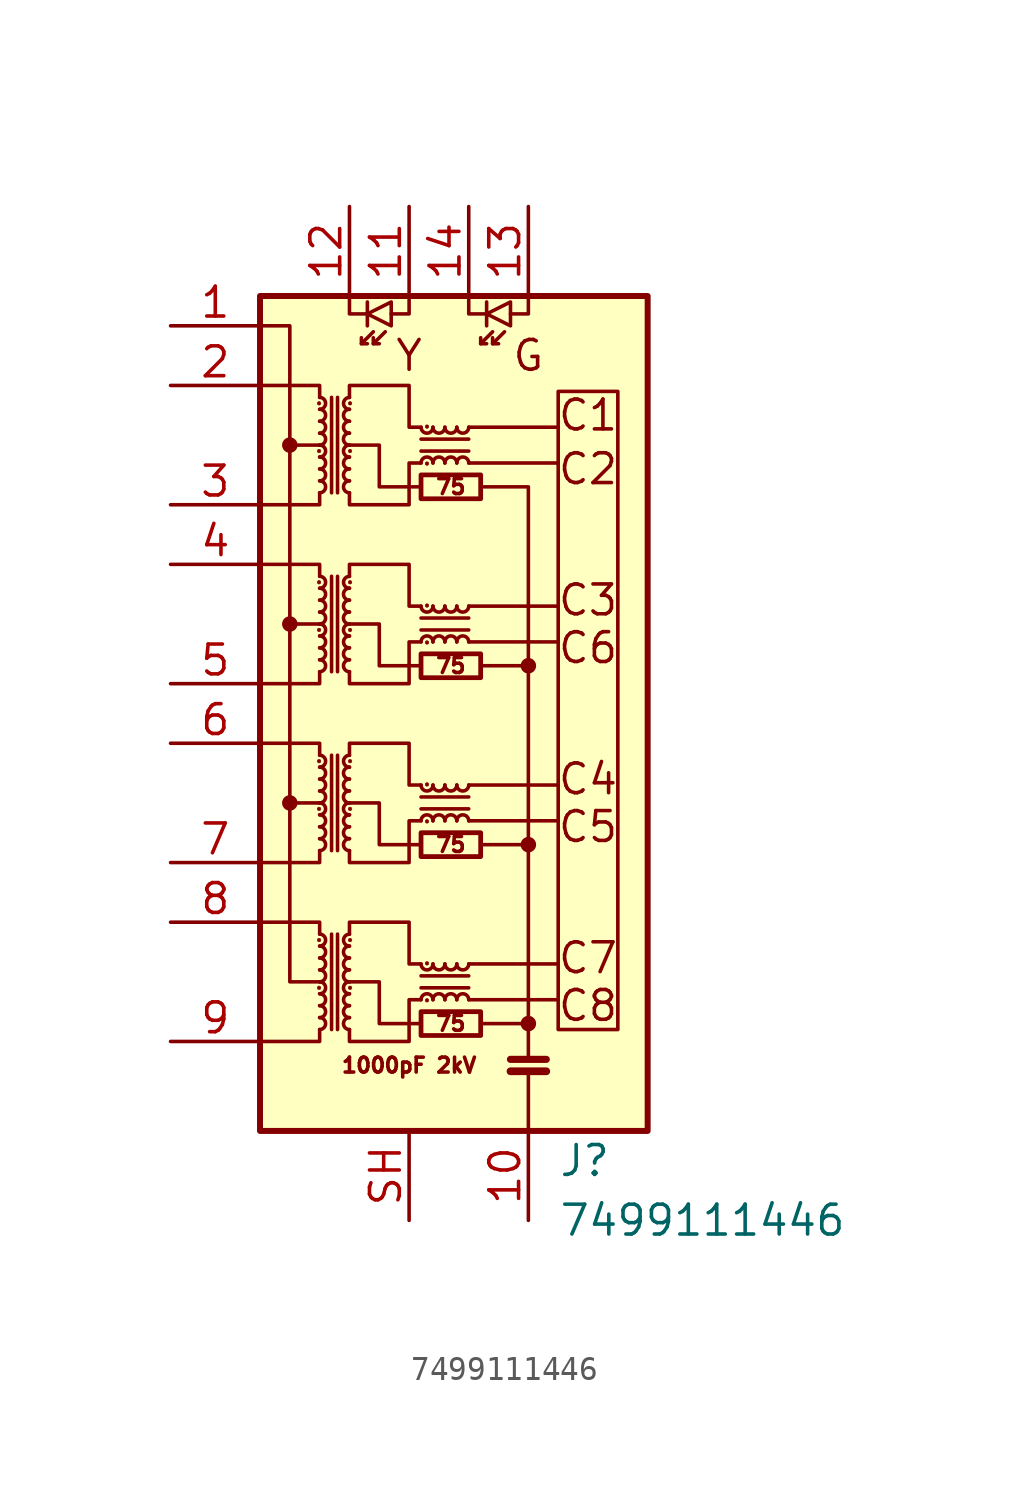
<source format=kicad_sym>
(kicad_symbol_lib
  (version 20231120)
  (generator "kicad_symbol_editor")
  (generator_version "8.0")
  (symbol "7499111446"
    (pin_names hide)
    (property "Reference" "J"
      (at 5.08 -17.78 0)
      (effects (font (size 1.27 1.27)) (justify left)))
    (property "Value" "7499111446"
      (at 5.08 -20.32 0)
      (effects (font (size 1.27 1.27)) (justify left)))
    (symbol "7499111446_0_0"
      (polyline (pts (xy -6.35 -2.54) (xy -5.08 -2.54)) (stroke (width 0) (type default)) (fill (type none)))
      (polyline (pts (xy -6.35 12.7) (xy -5.08 12.7)) (stroke (width 0) (type default)) (fill (type none)))
      (polyline (pts (xy -5.08 5.08) (xy -6.35 5.08)) (stroke (width 0) (type default)) (fill (type none)))
      (polyline (pts (xy 1.27 -10.922) (xy 5.08 -10.922)) (stroke (width 0) (type default)) (fill (type none)))
      (polyline (pts (xy 1.27 -9.398) (xy 5.08 -9.398)) (stroke (width 0) (type default)) (fill (type none)))
      (polyline (pts (xy 1.27 -3.302) (xy 5.08 -3.302)) (stroke (width 0) (type default)) (fill (type none)))
      (polyline (pts (xy 1.27 -1.778) (xy 5.08 -1.778)) (stroke (width 0) (type default)) (fill (type none)))
      (polyline (pts (xy 1.27 4.318) (xy 5.08 4.318)) (stroke (width 0) (type default)) (fill (type none)))
      (polyline (pts (xy 1.27 5.842) (xy 5.08 5.842)) (stroke (width 0) (type default)) (fill (type none)))
      (polyline (pts (xy 1.27 11.938) (xy 5.08 11.938)) (stroke (width 0) (type default)) (fill (type none)))
      (polyline (pts (xy 1.27 13.462) (xy 5.08 13.462)) (stroke (width 0) (type default)) (fill (type none)))
      (polyline (pts (xy 1.778 -11.938) (xy 3.81 -11.938)) (stroke (width 0) (type default)) (fill (type none)))
      (polyline (pts (xy -0.762 -11.938) (xy -2.54 -11.938) (xy -2.54 -10.16) (xy -3.81 -10.16)) (stroke (width 0) (type default)) (fill (type none)))
      (polyline (pts (xy -0.762 -4.318) (xy -2.54 -4.318) (xy -2.54 -2.54) (xy -3.81 -2.54)) (stroke (width 0) (type default)) (fill (type none)))
      (polyline (pts (xy -0.762 3.302) (xy -2.54 3.302) (xy -2.54 5.08) (xy -3.81 5.08)) (stroke (width 0) (type default)) (fill (type none)))
      (polyline (pts (xy -0.762 10.922) (xy -2.54 10.922) (xy -2.54 12.7) (xy -3.81 12.7)) (stroke (width 0) (type default)) (fill (type none)))
      (text "1000pF 2kV" (at -1.27 -13.716 0) (effects (font (size 0.635 0.635))))
      (text "75" (at 0.508 -11.938 0) (effects (font (size 0.635 0.635))))
      (text "75" (at 0.508 -4.318 0) (effects (font (size 0.635 0.635))))
      (text "75" (at 0.508 3.302 0) (effects (font (size 0.635 0.635))))
      (text "75" (at 0.508 10.922 0) (effects (font (size 0.635 0.635))))
      (text "C1" (at 6.35 13.97 0) (effects (font (size 1.27 1.27))))
      (text "C2" (at 6.35 11.684 0) (effects (font (size 1.27 1.27))))
      (text "C3" (at 6.35 6.096 0) (effects (font (size 1.27 1.27))))
      (text "C4" (at 6.35 -1.524 0) (effects (font (size 1.27 1.27))))
      (text "C5" (at 6.35 -3.556 0) (effects (font (size 1.27 1.27))))
      (text "C6" (at 6.35 4.064 0) (effects (font (size 1.27 1.27))))
      (text "C7" (at 6.35 -9.144 0) (effects (font (size 1.27 1.27))))
      (text "C8" (at 6.35 -11.176 0) (effects (font (size 1.27 1.27))))
      (text "G" (at 3.81 16.51 0) (effects (font (size 1.27 1.27))))
      (text "Y" (at -1.27 16.51 0) (effects (font (size 1.27 1.27)))))
    (symbol "7499111446_0_1"
      (circle (center -6.35 -2.54) (radius 0.254) (stroke (width 0) (type default)) (fill (type outline)))
      (circle (center -6.35 5.08) (radius 0.254) (stroke (width 0) (type default)) (fill (type outline)))
      (circle (center -6.35 12.7) (radius 0.254) (stroke (width 0) (type default)) (fill (type outline)))
      (circle (center -5.105 -10.414) (radius 0.076) (stroke (width 0.025) (type default)) (fill (type outline)))
      (circle (center -5.105 -8.382) (radius 0.076) (stroke (width 0.025) (type default)) (fill (type outline)))
      (circle (center -5.105 -2.794) (radius 0.076) (stroke (width 0.025) (type default)) (fill (type outline)))
      (circle (center -5.105 -0.762) (radius 0.076) (stroke (width 0.025) (type default)) (fill (type outline)))
      (circle (center -5.105 4.826) (radius 0.076) (stroke (width 0.025) (type default)) (fill (type outline)))
      (circle (center -5.105 6.858) (radius 0.076) (stroke (width 0.025) (type default)) (fill (type outline)))
      (circle (center -5.105 12.446) (radius 0.076) (stroke (width 0.025) (type default)) (fill (type outline)))
      (circle (center -5.105 14.478) (radius 0.076) (stroke (width 0.025) (type default)) (fill (type outline)))
      (arc (start -5.08 -12.192) (mid -4.8271 -11.938) (end -5.08 -11.684) (stroke (width 0) (type default)) (fill (type none)))
      (arc (start -5.08 -11.684) (mid -4.8271 -11.43) (end -5.08 -11.176) (stroke (width 0) (type default)) (fill (type none)))
      (arc (start -5.08 -11.176) (mid -4.8271 -10.922) (end -5.08 -10.668) (stroke (width 0) (type default)) (fill (type none)))
      (arc (start -5.08 -10.668) (mid -4.8271 -10.414) (end -5.08 -10.16) (stroke (width 0) (type default)) (fill (type none)))
      (arc (start -5.08 -10.16) (mid -4.8271 -9.906) (end -5.08 -9.652) (stroke (width 0) (type default)) (fill (type none)))
      (arc (start -5.08 -9.652) (mid -4.8271 -9.398) (end -5.08 -9.144) (stroke (width 0) (type default)) (fill (type none)))
      (arc (start -5.08 -9.144) (mid -4.8271 -8.89) (end -5.08 -8.636) (stroke (width 0) (type default)) (fill (type none)))
      (arc (start -5.08 -8.636) (mid -4.8271 -8.382) (end -5.08 -8.128) (stroke (width 0) (type default)) (fill (type none)))
      (arc (start -5.08 -4.572) (mid -4.8271 -4.318) (end -5.08 -4.064) (stroke (width 0) (type default)) (fill (type none)))
      (arc (start -5.08 -4.064) (mid -4.8271 -3.81) (end -5.08 -3.556) (stroke (width 0) (type default)) (fill (type none)))
      (arc (start -5.08 -3.556) (mid -4.8271 -3.302) (end -5.08 -3.048) (stroke (width 0) (type default)) (fill (type none)))
      (arc (start -5.08 -3.048) (mid -4.8271 -2.794) (end -5.08 -2.54) (stroke (width 0) (type default)) (fill (type none)))
      (arc (start -5.08 -2.54) (mid -4.8271 -2.286) (end -5.08 -2.032) (stroke (width 0) (type default)) (fill (type none)))
      (arc (start -5.08 -2.032) (mid -4.8271 -1.778) (end -5.08 -1.524) (stroke (width 0) (type default)) (fill (type none)))
      (arc (start -5.08 -1.524) (mid -4.8271 -1.27) (end -5.08 -1.016) (stroke (width 0) (type default)) (fill (type none)))
      (arc (start -5.08 -1.016) (mid -4.8271 -0.762) (end -5.08 -0.508) (stroke (width 0) (type default)) (fill (type none)))
      (arc (start -5.08 3.048) (mid -4.8271 3.302) (end -5.08 3.556) (stroke (width 0) (type default)) (fill (type none)))
      (arc (start -5.08 3.556) (mid -4.8271 3.81) (end -5.08 4.064) (stroke (width 0) (type default)) (fill (type none)))
      (arc (start -5.08 4.064) (mid -4.8271 4.318) (end -5.08 4.572) (stroke (width 0) (type default)) (fill (type none)))
      (arc (start -5.08 4.572) (mid -4.8271 4.826) (end -5.08 5.08) (stroke (width 0) (type default)) (fill (type none)))
      (arc (start -5.08 5.08) (mid -4.8271 5.334) (end -5.08 5.588) (stroke (width 0) (type default)) (fill (type none)))
      (arc (start -5.08 5.588) (mid -4.8271 5.842) (end -5.08 6.096) (stroke (width 0) (type default)) (fill (type none)))
      (arc (start -5.08 6.096) (mid -4.8271 6.35) (end -5.08 6.604) (stroke (width 0) (type default)) (fill (type none)))
      (arc (start -5.08 6.604) (mid -4.8271 6.858) (end -5.08 7.112) (stroke (width 0) (type default)) (fill (type none)))
      (arc (start -5.08 10.668) (mid -4.8271 10.922) (end -5.08 11.176) (stroke (width 0) (type default)) (fill (type none)))
      (arc (start -5.08 11.176) (mid -4.8271 11.43) (end -5.08 11.684) (stroke (width 0) (type default)) (fill (type none)))
      (arc (start -5.08 11.684) (mid -4.8271 11.938) (end -5.08 12.192) (stroke (width 0) (type default)) (fill (type none)))
      (arc (start -5.08 12.192) (mid -4.8271 12.446) (end -5.08 12.7) (stroke (width 0) (type default)) (fill (type none)))
      (arc (start -5.08 12.7) (mid -4.8271 12.954) (end -5.08 13.208) (stroke (width 0) (type default)) (fill (type none)))
      (arc (start -5.08 13.208) (mid -4.8271 13.462) (end -5.08 13.716) (stroke (width 0) (type default)) (fill (type none)))
      (arc (start -5.08 13.716) (mid -4.8271 13.97) (end -5.08 14.224) (stroke (width 0) (type default)) (fill (type none)))
      (arc (start -5.08 14.224) (mid -4.8271 14.478) (end -5.08 14.732) (stroke (width 0) (type default)) (fill (type none)))
      (arc (start -3.81 -11.684) (mid -4.0629 -11.938) (end -3.81 -12.192) (stroke (width 0) (type default)) (fill (type none)))
      (arc (start -3.81 -11.176) (mid -4.0629 -11.43) (end -3.81 -11.684) (stroke (width 0) (type default)) (fill (type none)))
      (arc (start -3.81 -10.668) (mid -4.0629 -10.922) (end -3.81 -11.176) (stroke (width 0) (type default)) (fill (type none)))
      (arc (start -3.81 -10.16) (mid -4.0629 -10.414) (end -3.81 -10.668) (stroke (width 0) (type default)) (fill (type none)))
      (arc (start -3.81 -9.652) (mid -4.0629 -9.906) (end -3.81 -10.16) (stroke (width 0) (type default)) (fill (type none)))
      (arc (start -3.81 -9.144) (mid -4.0629 -9.398) (end -3.81 -9.652) (stroke (width 0) (type default)) (fill (type none)))
      (arc (start -3.81 -8.636) (mid -4.0629 -8.89) (end -3.81 -9.144) (stroke (width 0) (type default)) (fill (type none)))
      (arc (start -3.81 -8.128) (mid -4.0629 -8.382) (end -3.81 -8.636) (stroke (width 0) (type default)) (fill (type none)))
      (arc (start -3.81 -4.064) (mid -4.0629 -4.318) (end -3.81 -4.572) (stroke (width 0) (type default)) (fill (type none)))
      (arc (start -3.81 -3.556) (mid -4.0629 -3.81) (end -3.81 -4.064) (stroke (width 0) (type default)) (fill (type none)))
      (arc (start -3.81 -3.048) (mid -4.0629 -3.302) (end -3.81 -3.556) (stroke (width 0) (type default)) (fill (type none)))
      (arc (start -3.81 -2.54) (mid -4.0629 -2.794) (end -3.81 -3.048) (stroke (width 0) (type default)) (fill (type none)))
      (arc (start -3.81 -2.032) (mid -4.0629 -2.286) (end -3.81 -2.54) (stroke (width 0) (type default)) (fill (type none)))
      (arc (start -3.81 -1.524) (mid -4.0629 -1.778) (end -3.81 -2.032) (stroke (width 0) (type default)) (fill (type none)))
      (arc (start -3.81 -1.016) (mid -4.0629 -1.27) (end -3.81 -1.524) (stroke (width 0) (type default)) (fill (type none)))
      (arc (start -3.81 -0.508) (mid -4.0629 -0.762) (end -3.81 -1.016) (stroke (width 0) (type default)) (fill (type none)))
      (arc (start -3.81 3.556) (mid -4.0629 3.302) (end -3.81 3.048) (stroke (width 0) (type default)) (fill (type none)))
      (arc (start -3.81 4.064) (mid -4.0629 3.81) (end -3.81 3.556) (stroke (width 0) (type default)) (fill (type none)))
      (arc (start -3.81 4.572) (mid -4.0629 4.318) (end -3.81 4.064) (stroke (width 0) (type default)) (fill (type none)))
      (arc (start -3.81 5.08) (mid -4.0629 4.826) (end -3.81 4.572) (stroke (width 0) (type default)) (fill (type none)))
      (arc (start -3.81 5.588) (mid -4.0629 5.334) (end -3.81 5.08) (stroke (width 0) (type default)) (fill (type none)))
      (arc (start -3.81 6.096) (mid -4.0629 5.842) (end -3.81 5.588) (stroke (width 0) (type default)) (fill (type none)))
      (arc (start -3.81 6.604) (mid -4.0629 6.35) (end -3.81 6.096) (stroke (width 0) (type default)) (fill (type none)))
      (arc (start -3.81 7.112) (mid -4.0629 6.858) (end -3.81 6.604) (stroke (width 0) (type default)) (fill (type none)))
      (arc (start -3.81 11.176) (mid -4.0629 10.922) (end -3.81 10.668) (stroke (width 0) (type default)) (fill (type none)))
      (arc (start -3.81 11.684) (mid -4.0629 11.43) (end -3.81 11.176) (stroke (width 0) (type default)) (fill (type none)))
      (arc (start -3.81 12.192) (mid -4.0629 11.938) (end -3.81 11.684) (stroke (width 0) (type default)) (fill (type none)))
      (arc (start -3.81 12.7) (mid -4.0629 12.446) (end -3.81 12.192) (stroke (width 0) (type default)) (fill (type none)))
      (arc (start -3.81 13.208) (mid -4.0629 12.954) (end -3.81 12.7) (stroke (width 0) (type default)) (fill (type none)))
      (arc (start -3.81 13.716) (mid -4.0629 13.462) (end -3.81 13.208) (stroke (width 0) (type default)) (fill (type none)))
      (arc (start -3.81 14.224) (mid -4.0629 13.97) (end -3.81 13.716) (stroke (width 0) (type default)) (fill (type none)))
      (arc (start -3.81 14.732) (mid -4.0629 14.478) (end -3.81 14.224) (stroke (width 0) (type default)) (fill (type none)))
      (circle (center -3.785 -10.414) (radius 0.076) (stroke (width 0.025) (type default)) (fill (type outline)))
      (circle (center -3.785 -8.382) (radius 0.076) (stroke (width 0.025) (type default)) (fill (type outline)))
      (circle (center -3.785 -2.794) (radius 0.076) (stroke (width 0.025) (type default)) (fill (type outline)))
      (circle (center -3.785 -0.762) (radius 0.076) (stroke (width 0.025) (type default)) (fill (type outline)))
      (circle (center -3.785 4.826) (radius 0.076) (stroke (width 0.025) (type default)) (fill (type outline)))
      (circle (center -3.785 6.858) (radius 0.076) (stroke (width 0.025) (type default)) (fill (type outline)))
      (circle (center -3.785 12.446) (radius 0.076) (stroke (width 0.025) (type default)) (fill (type outline)))
      (circle (center -3.785 14.478) (radius 0.076) (stroke (width 0.025) (type default)) (fill (type outline)))
      (rectangle (start -0.762 -11.43) (end 1.778 -12.446) (stroke (width 0.203) (type default)) (fill (type none)))
      (arc (start -0.762 -9.398) (mid -0.508 -9.6509) (end -0.254 -9.398) (stroke (width 0) (type default)) (fill (type none)))
      (rectangle (start -0.762 -3.81) (end 1.778 -4.826) (stroke (width 0.203) (type default)) (fill (type none)))
      (arc (start -0.762 -1.778) (mid -0.508 -2.0309) (end -0.254 -1.778) (stroke (width 0) (type default)) (fill (type none)))
      (rectangle (start -0.762 3.81) (end 1.778 2.794) (stroke (width 0.203) (type default)) (fill (type none)))
      (arc (start -0.762 5.842) (mid -0.508 5.5891) (end -0.254 5.842) (stroke (width 0) (type default)) (fill (type none)))
      (rectangle (start -0.762 11.43) (end 1.778 10.414) (stroke (width 0.203) (type default)) (fill (type none)))
      (arc (start -0.762 13.462) (mid -0.508 13.2091) (end -0.254 13.462) (stroke (width 0) (type default)) (fill (type none)))
      (circle (center -0.508 -10.947) (radius 0.076) (stroke (width 0.025) (type default)) (fill (type outline)))
      (circle (center -0.508 -9.373) (radius 0.076) (stroke (width 0.025) (type default)) (fill (type outline)))
      (circle (center -0.508 -3.327) (radius 0.076) (stroke (width 0.025) (type default)) (fill (type outline)))
      (circle (center -0.508 -1.753) (radius 0.076) (stroke (width 0.025) (type default)) (fill (type outline)))
      (circle (center -0.508 4.293) (radius 0.076) (stroke (width 0.025) (type default)) (fill (type outline)))
      (circle (center -0.508 5.867) (radius 0.076) (stroke (width 0.025) (type default)) (fill (type outline)))
      (circle (center -0.508 11.913) (radius 0.076) (stroke (width 0.025) (type default)) (fill (type outline)))
      (circle (center -0.508 13.487) (radius 0.076) (stroke (width 0.025) (type default)) (fill (type outline)))
      (arc (start -0.254 -10.922) (mid -0.508 -10.6691) (end -0.762 -10.922) (stroke (width 0) (type default)) (fill (type none)))
      (arc (start -0.254 -9.398) (mid 0 -9.6509) (end 0.254 -9.398) (stroke (width 0) (type default)) (fill (type none)))
      (arc (start -0.254 -3.302) (mid -0.508 -3.0491) (end -0.762 -3.302) (stroke (width 0) (type default)) (fill (type none)))
      (arc (start -0.254 -1.778) (mid 0 -2.0309) (end 0.254 -1.778) (stroke (width 0) (type default)) (fill (type none)))
      (arc (start -0.254 4.318) (mid -0.508 4.5709) (end -0.762 4.318) (stroke (width 0) (type default)) (fill (type none)))
      (arc (start -0.254 5.842) (mid 0 5.5891) (end 0.254 5.842) (stroke (width 0) (type default)) (fill (type none)))
      (arc (start -0.254 11.938) (mid -0.508 12.1909) (end -0.762 11.938) (stroke (width 0) (type default)) (fill (type none)))
      (arc (start -0.254 13.462) (mid 0 13.2091) (end 0.254 13.462) (stroke (width 0) (type default)) (fill (type none)))
      (polyline (pts (xy -4.572 -12.192) (xy -4.572 -8.128)) (stroke (width 0) (type default)) (fill (type none)))
      (polyline (pts (xy -4.572 -4.572) (xy -4.572 -0.508)) (stroke (width 0) (type default)) (fill (type none)))
      (polyline (pts (xy -4.572 3.048) (xy -4.572 7.112)) (stroke (width 0) (type default)) (fill (type none)))
      (polyline (pts (xy -4.572 10.668) (xy -4.572 14.732)) (stroke (width 0) (type default)) (fill (type none)))
      (polyline (pts (xy -4.318 -8.128) (xy -4.318 -12.192)) (stroke (width 0) (type default)) (fill (type none)))
      (polyline (pts (xy -4.318 -0.508) (xy -4.318 -4.572)) (stroke (width 0) (type default)) (fill (type none)))
      (polyline (pts (xy -4.318 7.112) (xy -4.318 3.048)) (stroke (width 0) (type default)) (fill (type none)))
      (polyline (pts (xy -4.318 14.732) (xy -4.318 10.668)) (stroke (width 0) (type default)) (fill (type none)))
      (polyline (pts (xy -3.302 17.018) (xy -2.794 17.526)) (stroke (width 0) (type default)) (fill (type none)))
      (polyline (pts (xy -3.048 18.796) (xy -3.048 17.78)) (stroke (width 0) (type default)) (fill (type none)))
      (polyline (pts (xy -2.794 17.018) (xy -2.286 17.526)) (stroke (width 0) (type default)) (fill (type none)))
      (polyline (pts (xy -0.762 -9.906) (xy 1.27 -9.906)) (stroke (width 0) (type default)) (fill (type none)))
      (polyline (pts (xy -0.762 -2.286) (xy 1.27 -2.286)) (stroke (width 0) (type default)) (fill (type none)))
      (polyline (pts (xy -0.762 5.334) (xy 1.27 5.334)) (stroke (width 0) (type default)) (fill (type none)))
      (polyline (pts (xy -0.762 12.954) (xy 1.27 12.954)) (stroke (width 0) (type default)) (fill (type none)))
      (polyline (pts (xy 1.27 -10.414) (xy -0.762 -10.414)) (stroke (width 0) (type default)) (fill (type none)))
      (polyline (pts (xy 1.27 -2.794) (xy -0.762 -2.794)) (stroke (width 0) (type default)) (fill (type none)))
      (polyline (pts (xy 1.27 4.826) (xy -0.762 4.826)) (stroke (width 0) (type default)) (fill (type none)))
      (polyline (pts (xy 1.27 12.446) (xy -0.762 12.446)) (stroke (width 0) (type default)) (fill (type none)))
      (polyline (pts (xy 1.778 -4.318) (xy 3.81 -4.318)) (stroke (width 0) (type default)) (fill (type none)))
      (polyline (pts (xy 1.778 17.018) (xy 2.286 17.526)) (stroke (width 0) (type default)) (fill (type none)))
      (polyline (pts (xy 2.032 18.796) (xy 2.032 17.78)) (stroke (width 0) (type default)) (fill (type none)))
      (polyline (pts (xy 2.286 17.018) (xy 2.794 17.526)) (stroke (width 0) (type default)) (fill (type none)))
      (polyline (pts (xy 3.81 -16.51) (xy 3.81 -13.97)) (stroke (width 0) (type default)) (fill (type none)))
      (polyline (pts (xy 3.81 3.302) (xy 1.778 3.302)) (stroke (width 0) (type default)) (fill (type none)))
      (polyline (pts (xy 4.572 -13.97) (xy 3.048 -13.97)) (stroke (width 0.33) (type default)) (fill (type none)))
      (polyline (pts (xy 4.572 -13.462) (xy 3.048 -13.462)) (stroke (width 0.305) (type default)) (fill (type none)))
      (polyline (pts (xy -5.08 -12.192) (xy -5.08 -12.7) (xy -7.62 -12.7)) (stroke (width 0) (type default)) (fill (type none)))
      (polyline (pts (xy -5.08 -8.128) (xy -5.08 -7.62) (xy -7.62 -7.62)) (stroke (width 0) (type default)) (fill (type none)))
      (polyline (pts (xy -5.08 -4.572) (xy -5.08 -5.08) (xy -7.62 -5.08)) (stroke (width 0) (type default)) (fill (type none)))
      (polyline (pts (xy -5.08 -0.508) (xy -5.08 0) (xy -7.62 0)) (stroke (width 0) (type default)) (fill (type none)))
      (polyline (pts (xy -5.08 3.048) (xy -5.08 2.54) (xy -7.62 2.54)) (stroke (width 0) (type default)) (fill (type none)))
      (polyline (pts (xy -5.08 7.112) (xy -5.08 7.62) (xy -7.62 7.62)) (stroke (width 0) (type default)) (fill (type none)))
      (polyline (pts (xy -5.08 10.668) (xy -5.08 10.16) (xy -7.62 10.16)) (stroke (width 0) (type default)) (fill (type none)))
      (polyline (pts (xy -5.08 14.732) (xy -5.08 15.24) (xy -7.62 15.24)) (stroke (width 0) (type default)) (fill (type none)))
      (polyline (pts (xy -3.81 19.05) (xy -3.81 18.288) (xy -3.048 18.288)) (stroke (width 0) (type default)) (fill (type none)))
      (polyline (pts (xy -3.302 17.272) (xy -3.302 17.018) (xy -3.048 17.018)) (stroke (width 0) (type default)) (fill (type none)))
      (polyline (pts (xy -2.794 17.272) (xy -2.794 17.018) (xy -2.54 17.018)) (stroke (width 0) (type default)) (fill (type none)))
      (polyline (pts (xy -1.27 19.05) (xy -1.27 18.288) (xy -2.032 18.288)) (stroke (width 0) (type default)) (fill (type none)))
      (polyline (pts (xy 1.27 19.05) (xy 1.27 18.288) (xy 2.032 18.288)) (stroke (width 0) (type default)) (fill (type none)))
      (polyline (pts (xy 1.778 17.272) (xy 1.778 17.018) (xy 2.032 17.018)) (stroke (width 0) (type default)) (fill (type none)))
      (polyline (pts (xy 2.286 17.272) (xy 2.286 17.018) (xy 2.54 17.018)) (stroke (width 0) (type default)) (fill (type none)))
      (polyline (pts (xy 3.81 -13.462) (xy 3.81 10.922) (xy 1.778 10.922)) (stroke (width 0) (type default)) (fill (type none)))
      (polyline (pts (xy 3.81 19.05) (xy 3.81 18.288) (xy 3.048 18.288)) (stroke (width 0) (type default)) (fill (type none)))
      (polyline (pts (xy -7.62 17.78) (xy -6.35 17.78) (xy -6.35 -10.16) (xy -5.08 -10.16)) (stroke (width 0) (type default)) (fill (type none)))
      (polyline (pts (xy -3.048 18.288) (xy -2.032 18.796) (xy -2.032 17.78) (xy -3.048 18.288)) (stroke (width 0) (type default)) (fill (type none)))
      (polyline (pts (xy 2.032 18.288) (xy 3.048 18.796) (xy 3.048 17.78) (xy 2.032 18.288)) (stroke (width 0) (type default)) (fill (type none)))
      (polyline (pts (xy -3.81 -12.192) (xy -3.81 -12.7) (xy -1.27 -12.7) (xy -1.27 -10.922) (xy -0.762 -10.922)) (stroke (width 0) (type default)) (fill (type none)))
      (polyline (pts (xy -3.81 -4.572) (xy -3.81 -5.08) (xy -1.27 -5.08) (xy -1.27 -3.302) (xy -0.762 -3.302)) (stroke (width 0) (type default)) (fill (type none)))
      (polyline (pts (xy -3.81 3.048) (xy -3.81 2.54) (xy -1.27 2.54) (xy -1.27 4.318) (xy -0.762 4.318)) (stroke (width 0) (type default)) (fill (type none)))
      (polyline (pts (xy -3.81 10.668) (xy -3.81 10.16) (xy -1.27 10.16) (xy -1.27 11.938) (xy -0.762 11.938)) (stroke (width 0) (type default)) (fill (type none)))
      (polyline (pts (xy -0.762 -9.398) (xy -1.27 -9.398) (xy -1.27 -7.62) (xy -3.81 -7.62) (xy -3.81 -8.128)) (stroke (width 0) (type default)) (fill (type none)))
      (polyline (pts (xy -0.762 -1.778) (xy -1.27 -1.778) (xy -1.27 0) (xy -3.81 0) (xy -3.81 -0.508)) (stroke (width 0) (type default)) (fill (type none)))
      (polyline (pts (xy -0.762 5.842) (xy -1.27 5.842) (xy -1.27 7.62) (xy -3.81 7.62) (xy -3.81 7.112)) (stroke (width 0) (type default)) (fill (type none)))
      (polyline (pts (xy -0.762 13.462) (xy -1.27 13.462) (xy -1.27 15.24) (xy -3.81 15.24) (xy -3.81 14.732)) (stroke (width 0) (type default)) (fill (type none)))
      (arc (start 0.254 -10.922) (mid 0 -10.6691) (end -0.254 -10.922) (stroke (width 0) (type default)) (fill (type none)))
      (arc (start 0.254 -9.398) (mid 0.508 -9.6509) (end 0.762 -9.398) (stroke (width 0) (type default)) (fill (type none)))
      (arc (start 0.254 -3.302) (mid 0 -3.0491) (end -0.254 -3.302) (stroke (width 0) (type default)) (fill (type none)))
      (arc (start 0.254 -1.778) (mid 0.508 -2.0309) (end 0.762 -1.778) (stroke (width 0) (type default)) (fill (type none)))
      (arc (start 0.254 4.318) (mid 0 4.5709) (end -0.254 4.318) (stroke (width 0) (type default)) (fill (type none)))
      (arc (start 0.254 5.842) (mid 0.508 5.5891) (end 0.762 5.842) (stroke (width 0) (type default)) (fill (type none)))
      (arc (start 0.254 11.938) (mid 0 12.1909) (end -0.254 11.938) (stroke (width 0) (type default)) (fill (type none)))
      (arc (start 0.254 13.462) (mid 0.508 13.2091) (end 0.762 13.462) (stroke (width 0) (type default)) (fill (type none)))
      (arc (start 0.762 -10.922) (mid 0.508 -10.6691) (end 0.254 -10.922) (stroke (width 0) (type default)) (fill (type none)))
      (arc (start 0.762 -9.398) (mid 1.016 -9.6509) (end 1.27 -9.398) (stroke (width 0) (type default)) (fill (type none)))
      (arc (start 0.762 -3.302) (mid 0.508 -3.0491) (end 0.254 -3.302) (stroke (width 0) (type default)) (fill (type none)))
      (arc (start 0.762 -1.778) (mid 1.016 -2.0309) (end 1.27 -1.778) (stroke (width 0) (type default)) (fill (type none)))
      (arc (start 0.762 4.318) (mid 0.508 4.5709) (end 0.254 4.318) (stroke (width 0) (type default)) (fill (type none)))
      (arc (start 0.762 5.842) (mid 1.016 5.5891) (end 1.27 5.842) (stroke (width 0) (type default)) (fill (type none)))
      (arc (start 0.762 11.938) (mid 0.508 12.1909) (end 0.254 11.938) (stroke (width 0) (type default)) (fill (type none)))
      (arc (start 0.762 13.462) (mid 1.016 13.2091) (end 1.27 13.462) (stroke (width 0) (type default)) (fill (type none)))
      (arc (start 1.27 -10.922) (mid 1.016 -10.6691) (end 0.762 -10.922) (stroke (width 0) (type default)) (fill (type none)))
      (arc (start 1.27 -3.302) (mid 1.016 -3.0491) (end 0.762 -3.302) (stroke (width 0) (type default)) (fill (type none)))
      (arc (start 1.27 4.318) (mid 1.016 4.5709) (end 0.762 4.318) (stroke (width 0) (type default)) (fill (type none)))
      (arc (start 1.27 11.938) (mid 1.016 12.1909) (end 0.762 11.938) (stroke (width 0) (type default)) (fill (type none)))
      (circle (center 3.81 -11.938) (radius 0.254) (stroke (width 0) (type default)) (fill (type outline)))
      (circle (center 3.81 -4.318) (radius 0.254) (stroke (width 0) (type default)) (fill (type outline)))
      (circle (center 3.81 3.302) (radius 0.254) (stroke (width 0) (type default)) (fill (type outline)))
      (rectangle (start 7.62 14.986) (end 5.08 -12.192) (stroke (width 0) (type default)) (fill (type none)))
      (rectangle (start 8.89 -16.51) (end -7.62 19.05) (stroke (width 0.254) (type default)) (fill (type background)))
      (pin power_in line (at 3.81 -20.32 90) (length 3.81) (name "GND" (effects (font (size 1.27 1.27)))) (number "10" (effects (font (size 1.27 1.27))))))
    (symbol "7499111446_1_1"
      (pin passive line (at -11.43 17.78 0) (length 3.81) (name "CT" (effects (font (size 1.27 1.27)))) (number "1" (effects (font (size 1.27 1.27)))))
      (pin passive line (at -1.27 22.86 270) (length 3.81) (name "~" (effects (font (size 1.27 1.27)))) (number "11" (effects (font (size 1.27 1.27)))))
      (pin passive line (at -3.81 22.86 270) (length 3.81) (name "~" (effects (font (size 1.27 1.27)))) (number "12" (effects (font (size 1.27 1.27)))))
      (pin passive line (at 3.81 22.86 270) (length 3.81) (name "~" (effects (font (size 1.27 1.27)))) (number "13" (effects (font (size 1.27 1.27)))))
      (pin passive line (at 1.27 22.86 270) (length 3.81) (name "~" (effects (font (size 1.27 1.27)))) (number "14" (effects (font (size 1.27 1.27)))))
      (pin passive line (at -11.43 15.24 0) (length 3.81) (name "TD1+" (effects (font (size 1.27 1.27)))) (number "2" (effects (font (size 1.27 1.27)))))
      (pin passive line (at -11.43 10.16 0) (length 3.81) (name "TD1-" (effects (font (size 1.27 1.27)))) (number "3" (effects (font (size 1.27 1.27)))))
      (pin passive line (at -11.43 7.62 0) (length 3.81) (name "TD2+" (effects (font (size 1.27 1.27)))) (number "4" (effects (font (size 1.27 1.27)))))
      (pin passive line (at -11.43 2.54 0) (length 3.81) (name "TD2-" (effects (font (size 1.27 1.27)))) (number "5" (effects (font (size 1.27 1.27)))))
      (pin passive line (at -11.43 0 0) (length 3.81) (name "TD3+" (effects (font (size 1.27 1.27)))) (number "6" (effects (font (size 1.27 1.27)))))
      (pin passive line (at -11.43 -5.08 0) (length 3.81) (name "TD3-" (effects (font (size 1.27 1.27)))) (number "7" (effects (font (size 1.27 1.27)))))
      (pin passive line (at -11.43 -7.62 0) (length 3.81) (name "TD4+" (effects (font (size 1.27 1.27)))) (number "8" (effects (font (size 1.27 1.27)))))
      (pin passive line (at -11.43 -12.7 0) (length 3.81) (name "TD4-" (effects (font (size 1.27 1.27)))) (number "9" (effects (font (size 1.27 1.27)))))
      (pin passive line (at -1.27 -20.32 90) (length 3.81) (name "SH" (effects (font (size 1.27 1.27)))) (number "SH" (effects (font (size 1.27 1.27))))))))
</source>
